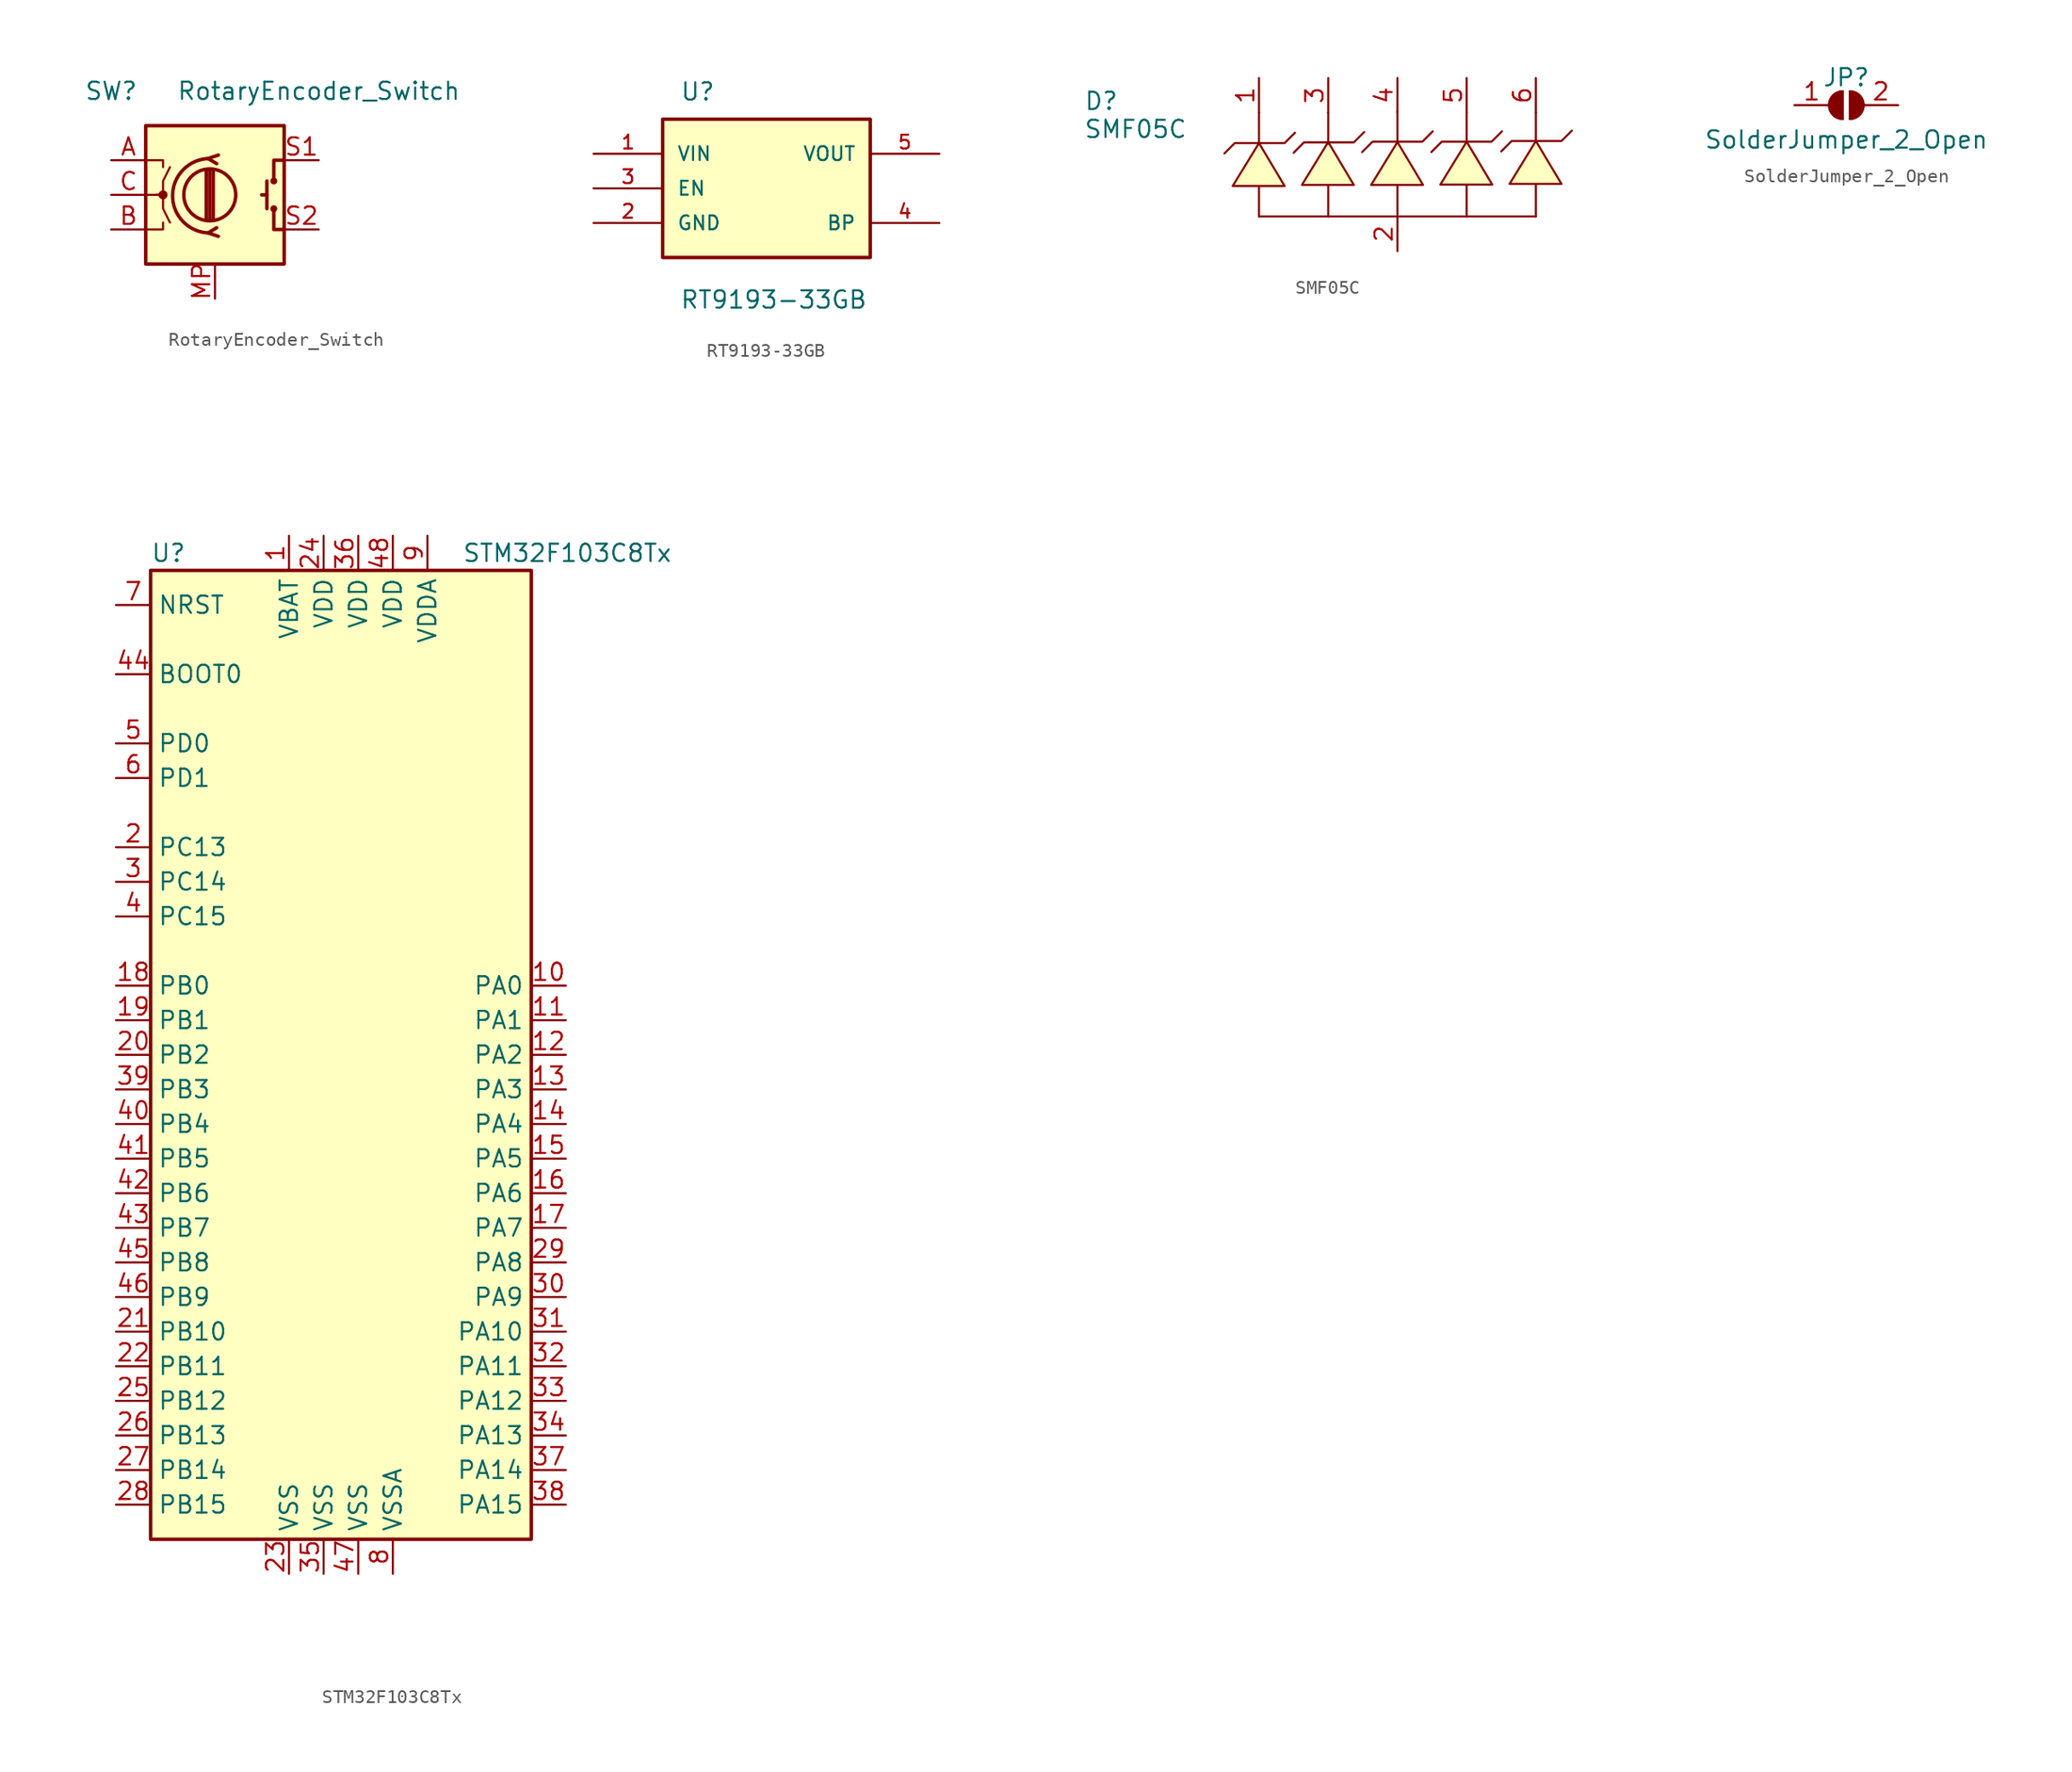
<source format=kicad_sym>
(kicad_symbol_lib
  (version 20220914)
  (generator kicad_symbol_editor)
  (symbol "RotaryEncoder_Switch"
    (pin_names
      (offset 0.254) hide)
    (property "Reference" "SW"
      (at -7.62 7.62 0)
      (effects (font (size 1.27 1.27))))
    (property "Value" "RotaryEncoder_Switch"
      (at 7.62 7.62 0)
      (effects (font (size 1.27 1.27))))
    (symbol "RotaryEncoder_Switch_0_1"
      (rectangle (start -5.08 5.08) (end 5.08 -5.08) (stroke (width 0.254) (type default)) (fill (type background)))
      (circle (center -3.81 0) (radius 0.254) (stroke (width 0) (type default)) (fill (type outline)))
      (circle (center -0.381 0) (radius 1.905) (stroke (width 0.254) (type default)) (fill (type none)))
      (arc (start -0.381 2.667) (mid -3.0988 -0.0635) (end -0.381 -2.794) (stroke (width 0.254) (type default)) (fill (type none)))
      (polyline (pts (xy -0.635 -1.778) (xy -0.635 1.778)) (stroke (width 0.254) (type default)) (fill (type none)))
      (polyline (pts (xy -0.381 -1.778) (xy -0.381 1.778)) (stroke (width 0.254) (type default)) (fill (type none)))
      (polyline (pts (xy -0.127 1.778) (xy -0.127 -1.778)) (stroke (width 0.254) (type default)) (fill (type none)))
      (polyline (pts (xy 3.81 0) (xy 3.429 0)) (stroke (width 0.254) (type default)) (fill (type none)))
      (polyline (pts (xy 3.81 1.016) (xy 3.81 -1.016)) (stroke (width 0.254) (type default)) (fill (type none)))
      (polyline (pts (xy -5.08 -2.54) (xy -3.81 -2.54) (xy -3.81 -2.032)) (stroke (width 0) (type default)) (fill (type none)))
      (polyline (pts (xy -5.08 2.54) (xy -3.81 2.54) (xy -3.81 2.032)) (stroke (width 0) (type default)) (fill (type none)))
      (polyline (pts (xy 0.254 -3.048) (xy -0.508 -2.794) (xy 0.127 -2.413)) (stroke (width 0.254) (type default)) (fill (type none)))
      (polyline (pts (xy 0.254 2.921) (xy -0.508 2.667) (xy 0.127 2.286)) (stroke (width 0.254) (type default)) (fill (type none)))
      (polyline (pts (xy 5.08 -2.54) (xy 4.318 -2.54) (xy 4.318 -1.016)) (stroke (width 0.254) (type default)) (fill (type none)))
      (polyline (pts (xy 5.08 2.54) (xy 4.318 2.54) (xy 4.318 1.016)) (stroke (width 0.254) (type default)) (fill (type none)))
      (polyline (pts (xy -5.08 0) (xy -3.81 0) (xy -3.81 -1.016) (xy -3.302 -2.032)) (stroke (width 0) (type default)) (fill (type none)))
      (polyline (pts (xy -4.318 0) (xy -3.81 0) (xy -3.81 1.016) (xy -3.302 2.032)) (stroke (width 0) (type default)) (fill (type none)))
      (circle (center 4.318 -1.016) (radius 0.127) (stroke (width 0.254) (type default)) (fill (type none)))
      (circle (center 4.318 1.016) (radius 0.127) (stroke (width 0.254) (type default)) (fill (type none))))
    (symbol "RotaryEncoder_Switch_1_1"
      (pin passive line (at -7.62 2.54 0) (length 2.54) (name "A" (effects (font (size 1.27 1.27)))) (number "A" (effects (font (size 1.27 1.27)))))
      (pin passive line (at -7.62 -2.54 0) (length 2.54) (name "B" (effects (font (size 1.27 1.27)))) (number "B" (effects (font (size 1.27 1.27)))))
      (pin passive line (at -7.62 0 0) (length 2.54) (name "C" (effects (font (size 1.27 1.27)))) (number "C" (effects (font (size 1.27 1.27)))))
      (pin passive line (at 0 -7.62 90) (length 2.54) (name "Shield" (effects (font (size 1.27 1.27)))) (number "MP" (effects (font (size 1.27 1.27)))))
      (pin passive line (at 7.62 2.54 180) (length 2.54) (name "S1" (effects (font (size 1.27 1.27)))) (number "S1" (effects (font (size 1.27 1.27)))))
      (pin passive line (at 7.62 -2.54 180) (length 2.54) (name "S2" (effects (font (size 1.27 1.27)))) (number "S2" (effects (font (size 1.27 1.27)))))))
  (symbol "RT9193-33GB"
    (pin_names
      (offset 1.016))
    (property "Reference" "U"
      (at -6.358 6.358 0)
      (effects (font (size 1.27 1.27)) (justify left bottom)))
    (property "Value" "RT9193-33GB"
      (at -6.373 -8.923 0)
      (effects (font (size 1.27 1.27)) (justify left bottom)))
    (symbol "RT9193-33GB_0_0"
      (rectangle (start -7.62 -5.08) (end 7.62 5.08) (stroke (width 0.254) (type default)) (fill (type background)))
      (pin input line (at -12.7 2.54 0) (length 5.08) (name "VIN" (effects (font (size 1.016 1.016)))) (number "1" (effects (font (size 1.016 1.016)))))
      (pin power_in line (at -12.7 -2.54 0) (length 5.08) (name "GND" (effects (font (size 1.016 1.016)))) (number "2" (effects (font (size 1.016 1.016)))))
      (pin input line (at -12.7 0 0) (length 5.08) (name "EN" (effects (font (size 1.016 1.016)))) (number "3" (effects (font (size 1.016 1.016)))))
      (pin passive line (at 12.7 -2.54 180) (length 5.08) (name "BP" (effects (font (size 1.016 1.016)))) (number "4" (effects (font (size 1.016 1.016)))))
      (pin output line (at 12.7 2.54 180) (length 5.08) (name "VOUT" (effects (font (size 1.016 1.016)))) (number "5" (effects (font (size 1.016 1.016)))))))
  (symbol "SMF05C"
    (pin_names
      (offset 1.016))
    (property "Reference" "D"
      (at -23.018 0.102 0)
      (effects (font (size 1.27 1.27)) (justify left bottom)))
    (property "Value" "SMF05C"
      (at -23.04 -1.958 0)
      (effects (font (size 1.27 1.27)) (justify left bottom)))
    (symbol "SMF05C_0_1"
      (polyline (pts (xy -10.16 -7.62) (xy 10.16 -7.62)) (stroke (width 0) (type default)) (fill (type none)))
      (polyline (pts (xy -12.7 -2.997) (xy -11.938 -2.235) (xy -10.16 -2.235)) (stroke (width 0) (type default)) (fill (type none)))
      (polyline (pts (xy -7.62 -2.946) (xy -6.858 -2.184) (xy -5.08 -2.184)) (stroke (width 0) (type default)) (fill (type none)))
      (polyline (pts (xy -7.518 -1.473) (xy -8.28 -2.235) (xy -10.058 -2.235)) (stroke (width 0) (type default)) (fill (type none)))
      (polyline (pts (xy -2.591 -2.896) (xy -1.829 -2.134) (xy -0.051 -2.134)) (stroke (width 0) (type default)) (fill (type none)))
      (polyline (pts (xy -2.438 -1.422) (xy -3.2 -2.184) (xy -4.978 -2.184)) (stroke (width 0) (type default)) (fill (type none)))
      (polyline (pts (xy 2.489 -2.896) (xy 3.251 -2.134) (xy 5.029 -2.134)) (stroke (width 0) (type default)) (fill (type none)))
      (polyline (pts (xy 2.591 -1.372) (xy 1.829 -2.134) (xy 0.051 -2.134)) (stroke (width 0) (type default)) (fill (type none)))
      (polyline (pts (xy 7.62 -2.845) (xy 8.382 -2.083) (xy 10.16 -2.083)) (stroke (width 0) (type default)) (fill (type none)))
      (polyline (pts (xy 7.671 -1.372) (xy 6.909 -2.134) (xy 5.131 -2.134)) (stroke (width 0) (type default)) (fill (type none)))
      (polyline (pts (xy 12.802 -1.321) (xy 12.04 -2.083) (xy 10.262 -2.083)) (stroke (width 0) (type default)) (fill (type none))))
    (symbol "SMF05C_1_1"
      (polyline (pts (xy -10.16 -5.461) (xy -10.16 -7.62)) (stroke (width 0) (type default)) (fill (type none)))
      (polyline (pts (xy -10.16 0) (xy -10.16 -2.286)) (stroke (width 0) (type default)) (fill (type none)))
      (polyline (pts (xy -5.08 -5.334) (xy -5.08 -7.62)) (stroke (width 0) (type default)) (fill (type none)))
      (polyline (pts (xy -5.08 0) (xy -5.08 -2.286)) (stroke (width 0) (type default)) (fill (type none)))
      (polyline (pts (xy 0 -5.334) (xy 0 -7.493)) (stroke (width 0) (type default)) (fill (type none)))
      (polyline (pts (xy 0 0.127) (xy 0 -2.159)) (stroke (width 0) (type default)) (fill (type none)))
      (polyline (pts (xy 5.08 -5.334) (xy 5.08 -7.62)) (stroke (width 0) (type default)) (fill (type none)))
      (polyline (pts (xy 5.08 0) (xy 5.08 -2.159)) (stroke (width 0) (type default)) (fill (type none)))
      (polyline (pts (xy 10.16 -5.334) (xy 10.16 -7.62)) (stroke (width 0) (type default)) (fill (type none)))
      (polyline (pts (xy 10.16 0) (xy 10.16 -2.159)) (stroke (width 0) (type default)) (fill (type none)))
      (polyline (pts (xy -10.16 -2.235) (xy -12.09 -5.385) (xy -8.28 -5.385) (xy -10.16 -2.235)) (stroke (width 0) (type default)) (fill (type background)))
      (polyline (pts (xy -5.08 -2.159) (xy -7.01 -5.309) (xy -3.2 -5.309) (xy -5.08 -2.159)) (stroke (width 0) (type default)) (fill (type background)))
      (polyline (pts (xy 0 -2.159) (xy -1.93 -5.309) (xy 1.88 -5.309) (xy 0 -2.159)) (stroke (width 0) (type default)) (fill (type background)))
      (polyline (pts (xy 5.08 -2.134) (xy 3.15 -5.283) (xy 6.96 -5.283) (xy 5.08 -2.134)) (stroke (width 0) (type default)) (fill (type background)))
      (polyline (pts (xy 10.16 -2.083) (xy 8.23 -5.232) (xy 12.04 -5.232) (xy 10.16 -2.083)) (stroke (width 0) (type default)) (fill (type background)))
      (pin passive line (at -10.16 2.54 270) (length 2.54) (name "" (effects (font (size 1.27 1.27)))) (number "1" (effects (font (size 1.27 1.27)))))
      (pin passive line (at 0 -10.16 90) (length 2.54) (name "" (effects (font (size 1.27 1.27)))) (number "2" (effects (font (size 1.27 1.27)))))
      (pin passive line (at -5.08 2.54 270) (length 2.54) (name "" (effects (font (size 1.27 1.27)))) (number "3" (effects (font (size 1.27 1.27)))))
      (pin passive line (at 0 2.54 270) (length 2.54) (name "" (effects (font (size 1.27 1.27)))) (number "4" (effects (font (size 1.27 1.27)))))
      (pin passive line (at 5.08 2.54 270) (length 2.54) (name "" (effects (font (size 1.27 1.27)))) (number "5" (effects (font (size 1.27 1.27)))))
      (pin passive line (at 10.16 2.54 270) (length 2.54) (name "" (effects (font (size 1.27 1.27)))) (number "6" (effects (font (size 1.27 1.27)))))))
  (symbol "SolderJumper_2_Open"
    (pin_names
      (offset 0) hide)
    (property "Reference" "JP"
      (at 0 2.032 0)
      (effects (font (size 1.27 1.27))))
    (property "Value" "SolderJumper_2_Open"
      (at 0 -2.54 0)
      (effects (font (size 1.27 1.27))))
    (symbol "SolderJumper_2_Open_0_1"
      (arc (start -0.254 1.016) (mid -1.2656 0) (end -0.254 -1.016) (stroke (width 0) (type default)) (fill (type none)))
      (arc (start -0.254 1.016) (mid -1.2656 0) (end -0.254 -1.016) (stroke (width 0) (type default)) (fill (type outline)))
      (polyline (pts (xy -0.254 1.016) (xy -0.254 -1.016)) (stroke (width 0) (type default)) (fill (type none)))
      (polyline (pts (xy 0.254 1.016) (xy 0.254 -1.016)) (stroke (width 0) (type default)) (fill (type none)))
      (arc (start 0.254 -1.016) (mid 1.2656 0) (end 0.254 1.016) (stroke (width 0) (type default)) (fill (type none)))
      (arc (start 0.254 -1.016) (mid 1.2656 0) (end 0.254 1.016) (stroke (width 0) (type default)) (fill (type outline))))
    (symbol "SolderJumper_2_Open_1_1"
      (pin passive line (at -3.81 0 0) (length 2.54) (name "A" (effects (font (size 1.27 1.27)))) (number "1" (effects (font (size 1.27 1.27)))))
      (pin passive line (at 3.81 0 180) (length 2.54) (name "B" (effects (font (size 1.27 1.27)))) (number "2" (effects (font (size 1.27 1.27)))))))
  (symbol "STM32F103C8Tx"
    (property "Reference" "U"
      (at -15.24 36.83 0)
      (effects (font (size 1.27 1.27)) (justify left)))
    (property "Value" "STM32F103C8Tx"
      (at 7.62 36.83 0)
      (effects (font (size 1.27 1.27)) (justify left)))
    (symbol "STM32F103C8Tx_0_1"
      (rectangle (start -15.24 -35.56) (end 12.7 35.56) (stroke (width 0.254) (type default)) (fill (type background))))
    (symbol "STM32F103C8Tx_1_1"
      (pin power_in line (at -5.08 38.1 270) (length 2.54) (name "VBAT" (effects (font (size 1.27 1.27)))) (number "1" (effects (font (size 1.27 1.27)))))
      (pin bidirectional line (at 15.24 5.08 180) (length 2.54) (name "PA0" (effects (font (size 1.27 1.27)))) (number "10" (effects (font (size 1.27 1.27)))))
      (pin bidirectional line (at 15.24 2.54 180) (length 2.54) (name "PA1" (effects (font (size 1.27 1.27)))) (number "11" (effects (font (size 1.27 1.27)))))
      (pin bidirectional line (at 15.24 0 180) (length 2.54) (name "PA2" (effects (font (size 1.27 1.27)))) (number "12" (effects (font (size 1.27 1.27)))))
      (pin bidirectional line (at 15.24 -2.54 180) (length 2.54) (name "PA3" (effects (font (size 1.27 1.27)))) (number "13" (effects (font (size 1.27 1.27)))))
      (pin bidirectional line (at 15.24 -5.08 180) (length 2.54) (name "PA4" (effects (font (size 1.27 1.27)))) (number "14" (effects (font (size 1.27 1.27)))))
      (pin bidirectional line (at 15.24 -7.62 180) (length 2.54) (name "PA5" (effects (font (size 1.27 1.27)))) (number "15" (effects (font (size 1.27 1.27)))))
      (pin bidirectional line (at 15.24 -10.16 180) (length 2.54) (name "PA6" (effects (font (size 1.27 1.27)))) (number "16" (effects (font (size 1.27 1.27)))))
      (pin bidirectional line (at 15.24 -12.7 180) (length 2.54) (name "PA7" (effects (font (size 1.27 1.27)))) (number "17" (effects (font (size 1.27 1.27)))))
      (pin bidirectional line (at -17.78 5.08 0) (length 2.54) (name "PB0" (effects (font (size 1.27 1.27)))) (number "18" (effects (font (size 1.27 1.27)))))
      (pin bidirectional line (at -17.78 2.54 0) (length 2.54) (name "PB1" (effects (font (size 1.27 1.27)))) (number "19" (effects (font (size 1.27 1.27)))))
      (pin bidirectional line (at -17.78 15.24 0) (length 2.54) (name "PC13" (effects (font (size 1.27 1.27)))) (number "2" (effects (font (size 1.27 1.27)))))
      (pin bidirectional line (at -17.78 0 0) (length 2.54) (name "PB2" (effects (font (size 1.27 1.27)))) (number "20" (effects (font (size 1.27 1.27)))))
      (pin bidirectional line (at -17.78 -20.32 0) (length 2.54) (name "PB10" (effects (font (size 1.27 1.27)))) (number "21" (effects (font (size 1.27 1.27)))))
      (pin bidirectional line (at -17.78 -22.86 0) (length 2.54) (name "PB11" (effects (font (size 1.27 1.27)))) (number "22" (effects (font (size 1.27 1.27)))))
      (pin power_in line (at -5.08 -38.1 90) (length 2.54) (name "VSS" (effects (font (size 1.27 1.27)))) (number "23" (effects (font (size 1.27 1.27)))))
      (pin power_in line (at -2.54 38.1 270) (length 2.54) (name "VDD" (effects (font (size 1.27 1.27)))) (number "24" (effects (font (size 1.27 1.27)))))
      (pin bidirectional line (at -17.78 -25.4 0) (length 2.54) (name "PB12" (effects (font (size 1.27 1.27)))) (number "25" (effects (font (size 1.27 1.27)))))
      (pin bidirectional line (at -17.78 -27.94 0) (length 2.54) (name "PB13" (effects (font (size 1.27 1.27)))) (number "26" (effects (font (size 1.27 1.27)))))
      (pin bidirectional line (at -17.78 -30.48 0) (length 2.54) (name "PB14" (effects (font (size 1.27 1.27)))) (number "27" (effects (font (size 1.27 1.27)))))
      (pin bidirectional line (at -17.78 -33.02 0) (length 2.54) (name "PB15" (effects (font (size 1.27 1.27)))) (number "28" (effects (font (size 1.27 1.27)))))
      (pin bidirectional line (at 15.24 -15.24 180) (length 2.54) (name "PA8" (effects (font (size 1.27 1.27)))) (number "29" (effects (font (size 1.27 1.27)))))
      (pin bidirectional line (at -17.78 12.7 0) (length 2.54) (name "PC14" (effects (font (size 1.27 1.27)))) (number "3" (effects (font (size 1.27 1.27)))))
      (pin bidirectional line (at 15.24 -17.78 180) (length 2.54) (name "PA9" (effects (font (size 1.27 1.27)))) (number "30" (effects (font (size 1.27 1.27)))))
      (pin bidirectional line (at 15.24 -20.32 180) (length 2.54) (name "PA10" (effects (font (size 1.27 1.27)))) (number "31" (effects (font (size 1.27 1.27)))))
      (pin bidirectional line (at 15.24 -22.86 180) (length 2.54) (name "PA11" (effects (font (size 1.27 1.27)))) (number "32" (effects (font (size 1.27 1.27)))))
      (pin bidirectional line (at 15.24 -25.4 180) (length 2.54) (name "PA12" (effects (font (size 1.27 1.27)))) (number "33" (effects (font (size 1.27 1.27)))))
      (pin bidirectional line (at 15.24 -27.94 180) (length 2.54) (name "PA13" (effects (font (size 1.27 1.27)))) (number "34" (effects (font (size 1.27 1.27)))))
      (pin power_in line (at -2.54 -38.1 90) (length 2.54) (name "VSS" (effects (font (size 1.27 1.27)))) (number "35" (effects (font (size 1.27 1.27)))))
      (pin power_in line (at 0 38.1 270) (length 2.54) (name "VDD" (effects (font (size 1.27 1.27)))) (number "36" (effects (font (size 1.27 1.27)))))
      (pin bidirectional line (at 15.24 -30.48 180) (length 2.54) (name "PA14" (effects (font (size 1.27 1.27)))) (number "37" (effects (font (size 1.27 1.27)))))
      (pin bidirectional line (at 15.24 -33.02 180) (length 2.54) (name "PA15" (effects (font (size 1.27 1.27)))) (number "38" (effects (font (size 1.27 1.27)))))
      (pin bidirectional line (at -17.78 -2.54 0) (length 2.54) (name "PB3" (effects (font (size 1.27 1.27)))) (number "39" (effects (font (size 1.27 1.27)))))
      (pin bidirectional line (at -17.78 10.16 0) (length 2.54) (name "PC15" (effects (font (size 1.27 1.27)))) (number "4" (effects (font (size 1.27 1.27)))))
      (pin bidirectional line (at -17.78 -5.08 0) (length 2.54) (name "PB4" (effects (font (size 1.27 1.27)))) (number "40" (effects (font (size 1.27 1.27)))))
      (pin bidirectional line (at -17.78 -7.62 0) (length 2.54) (name "PB5" (effects (font (size 1.27 1.27)))) (number "41" (effects (font (size 1.27 1.27)))))
      (pin bidirectional line (at -17.78 -10.16 0) (length 2.54) (name "PB6" (effects (font (size 1.27 1.27)))) (number "42" (effects (font (size 1.27 1.27)))))
      (pin bidirectional line (at -17.78 -12.7 0) (length 2.54) (name "PB7" (effects (font (size 1.27 1.27)))) (number "43" (effects (font (size 1.27 1.27)))))
      (pin input line (at -17.78 27.94 0) (length 2.54) (name "BOOT0" (effects (font (size 1.27 1.27)))) (number "44" (effects (font (size 1.27 1.27)))))
      (pin bidirectional line (at -17.78 -15.24 0) (length 2.54) (name "PB8" (effects (font (size 1.27 1.27)))) (number "45" (effects (font (size 1.27 1.27)))))
      (pin bidirectional line (at -17.78 -17.78 0) (length 2.54) (name "PB9" (effects (font (size 1.27 1.27)))) (number "46" (effects (font (size 1.27 1.27)))))
      (pin power_in line (at 0 -38.1 90) (length 2.54) (name "VSS" (effects (font (size 1.27 1.27)))) (number "47" (effects (font (size 1.27 1.27)))))
      (pin power_in line (at 2.54 38.1 270) (length 2.54) (name "VDD" (effects (font (size 1.27 1.27)))) (number "48" (effects (font (size 1.27 1.27)))))
      (pin input line (at -17.78 22.86 0) (length 2.54) (name "PD0" (effects (font (size 1.27 1.27)))) (number "5" (effects (font (size 1.27 1.27)))))
      (pin input line (at -17.78 20.32 0) (length 2.54) (name "PD1" (effects (font (size 1.27 1.27)))) (number "6" (effects (font (size 1.27 1.27)))))
      (pin input line (at -17.78 33.02 0) (length 2.54) (name "NRST" (effects (font (size 1.27 1.27)))) (number "7" (effects (font (size 1.27 1.27)))))
      (pin power_in line (at 2.54 -38.1 90) (length 2.54) (name "VSSA" (effects (font (size 1.27 1.27)))) (number "8" (effects (font (size 1.27 1.27)))))
      (pin power_in line (at 5.08 38.1 270) (length 2.54) (name "VDDA" (effects (font (size 1.27 1.27)))) (number "9" (effects (font (size 1.27 1.27))))))))
</source>
